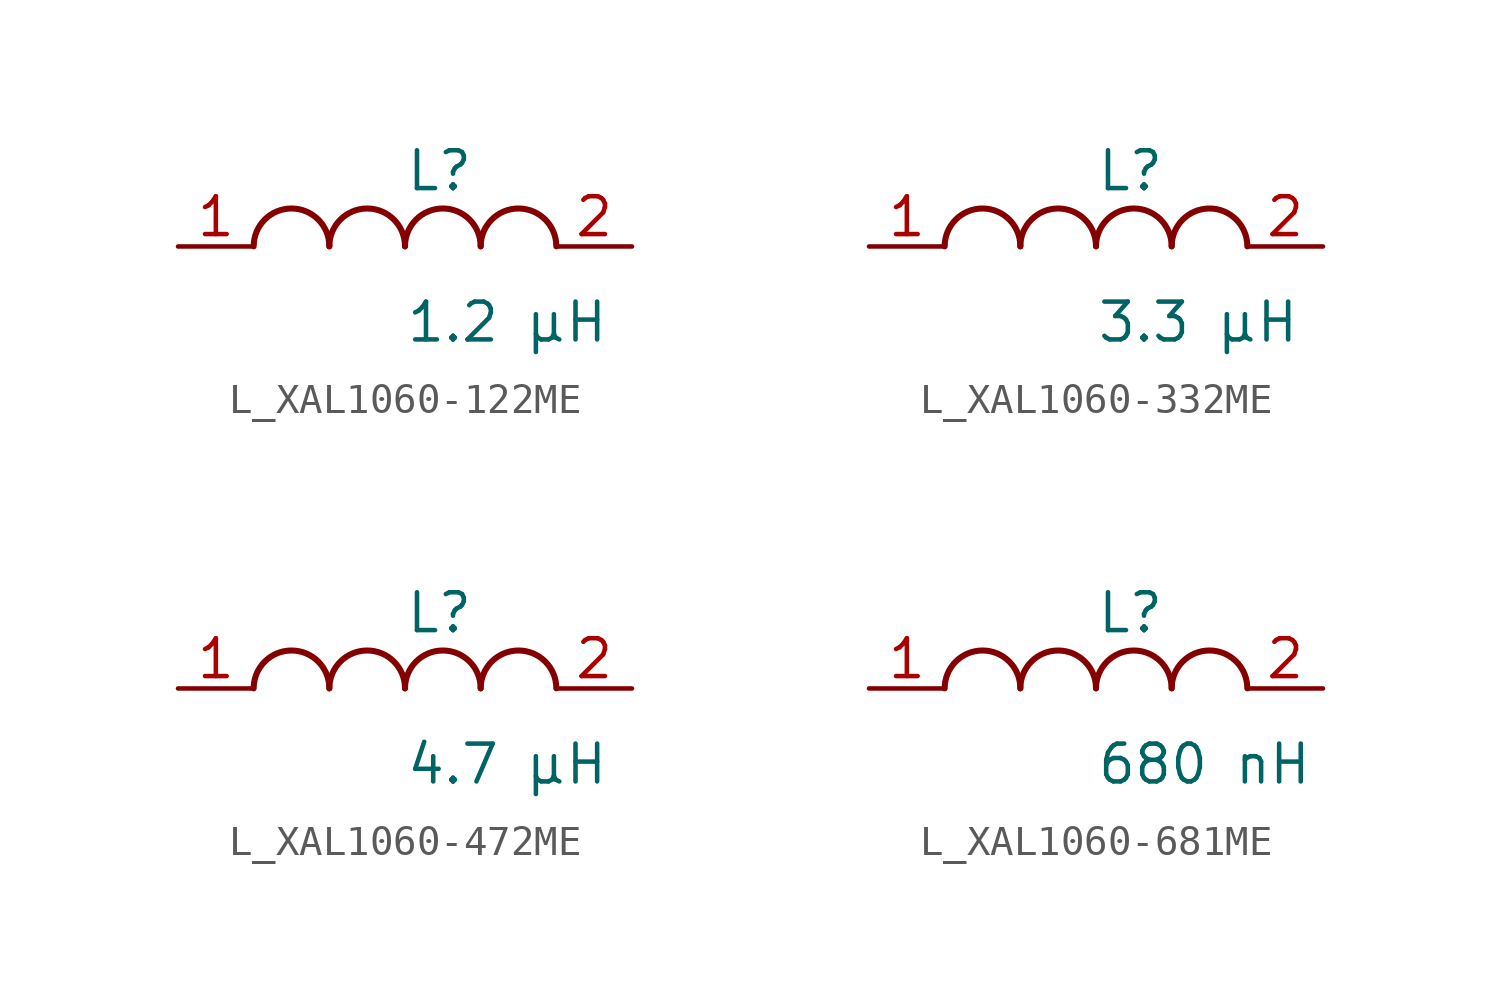
<source format=kicad_sym>
(kicad_symbol_lib
  (version 20231120)
  (generator kicad_symbol_editor)
  (generator_version 8.0)
  (symbol "L_XAL1060-122ME"
    (pin_names
      (offset 0.254))
    (property "Reference" "L"
      (at 0 2.54 0)
      (effects (font (size 1.27 1.27)) (justify left)))
    (property "Value" "1.2 µH"
      (at 0 -2.54 0)
      (effects (font (size 1.27 1.27)) (justify left)))
    (symbol "L_XAL1060-122ME_1_1"
      (arc (start -2.54 0.0056) (mid -3.81 1.27) (end -5.08 0.0056) (stroke (width 0.2032) (type default)) (fill (type none)))
      (arc (start 0 0.0056) (mid -1.27 1.27) (end -2.54 0.0056) (stroke (width 0.2032) (type default)) (fill (type none)))
      (arc (start 2.54 0.0056) (mid 1.27 1.27) (end 0 0.0056) (stroke (width 0.2032) (type default)) (fill (type none)))
      (arc (start 5.08 0.0056) (mid 3.81 1.27) (end 2.54 0.0056) (stroke (width 0.2032) (type default)) (fill (type none)))
      (pin unspecified line (at -7.62 0 0) (length 2.54) (name "" (effects (font (size 1.27 1.27)))) (number "1" (effects (font (size 1.27 1.27)))))
      (pin unspecified line (at 7.62 0 180) (length 2.54) (name "" (effects (font (size 1.27 1.27)))) (number "2" (effects (font (size 1.27 1.27)))))))
  (symbol "L_XAL1060-332ME"
    (pin_names
      (offset 0.254))
    (property "Reference" "L"
      (at 0 2.54 0)
      (effects (font (size 1.27 1.27)) (justify left)))
    (property "Value" "3.3 µH"
      (at 0 -2.54 0)
      (effects (font (size 1.27 1.27)) (justify left)))
    (symbol "L_XAL1060-332ME_1_1"
      (arc (start -2.54 0.0056) (mid -3.81 1.27) (end -5.08 0.0056) (stroke (width 0.2032) (type default)) (fill (type none)))
      (arc (start 0 0.0056) (mid -1.27 1.27) (end -2.54 0.0056) (stroke (width 0.2032) (type default)) (fill (type none)))
      (arc (start 2.54 0.0056) (mid 1.27 1.27) (end 0 0.0056) (stroke (width 0.2032) (type default)) (fill (type none)))
      (arc (start 5.08 0.0056) (mid 3.81 1.27) (end 2.54 0.0056) (stroke (width 0.2032) (type default)) (fill (type none)))
      (pin unspecified line (at -7.62 0 0) (length 2.54) (name "" (effects (font (size 1.27 1.27)))) (number "1" (effects (font (size 1.27 1.27)))))
      (pin unspecified line (at 7.62 0 180) (length 2.54) (name "" (effects (font (size 1.27 1.27)))) (number "2" (effects (font (size 1.27 1.27)))))))
  (symbol "L_XAL1060-472ME"
    (pin_names
      (offset 0.254))
    (property "Reference" "L"
      (at 0 2.54 0)
      (effects (font (size 1.27 1.27)) (justify left)))
    (property "Value" "4.7 µH"
      (at 0 -2.54 0)
      (effects (font (size 1.27 1.27)) (justify left)))
    (symbol "L_XAL1060-472ME_1_1"
      (arc (start -2.54 0.0056) (mid -3.81 1.27) (end -5.08 0.0056) (stroke (width 0.2032) (type default)) (fill (type none)))
      (arc (start 0 0.0056) (mid -1.27 1.27) (end -2.54 0.0056) (stroke (width 0.2032) (type default)) (fill (type none)))
      (arc (start 2.54 0.0056) (mid 1.27 1.27) (end 0 0.0056) (stroke (width 0.2032) (type default)) (fill (type none)))
      (arc (start 5.08 0.0056) (mid 3.81 1.27) (end 2.54 0.0056) (stroke (width 0.2032) (type default)) (fill (type none)))
      (pin unspecified line (at -7.62 0 0) (length 2.54) (name "" (effects (font (size 1.27 1.27)))) (number "1" (effects (font (size 1.27 1.27)))))
      (pin unspecified line (at 7.62 0 180) (length 2.54) (name "" (effects (font (size 1.27 1.27)))) (number "2" (effects (font (size 1.27 1.27)))))))
  (symbol "L_XAL1060-681ME"
    (pin_names
      (offset 0.254))
    (property "Reference" "L"
      (at 0 2.54 0)
      (effects (font (size 1.27 1.27)) (justify left)))
    (property "Value" "680 nH"
      (at 0 -2.54 0)
      (effects (font (size 1.27 1.27)) (justify left)))
    (symbol "L_XAL1060-681ME_1_1"
      (arc (start -2.54 0.0056) (mid -3.81 1.27) (end -5.08 0.0056) (stroke (width 0.2032) (type default)) (fill (type none)))
      (arc (start 0 0.0056) (mid -1.27 1.27) (end -2.54 0.0056) (stroke (width 0.2032) (type default)) (fill (type none)))
      (arc (start 2.54 0.0056) (mid 1.27 1.27) (end 0 0.0056) (stroke (width 0.2032) (type default)) (fill (type none)))
      (arc (start 5.08 0.0056) (mid 3.81 1.27) (end 2.54 0.0056) (stroke (width 0.2032) (type default)) (fill (type none)))
      (pin unspecified line (at -7.62 0 0) (length 2.54) (name "" (effects (font (size 1.27 1.27)))) (number "1" (effects (font (size 1.27 1.27)))))
      (pin unspecified line (at 7.62 0 180) (length 2.54) (name "" (effects (font (size 1.27 1.27)))) (number "2" (effects (font (size 1.27 1.27))))))))
</source>
